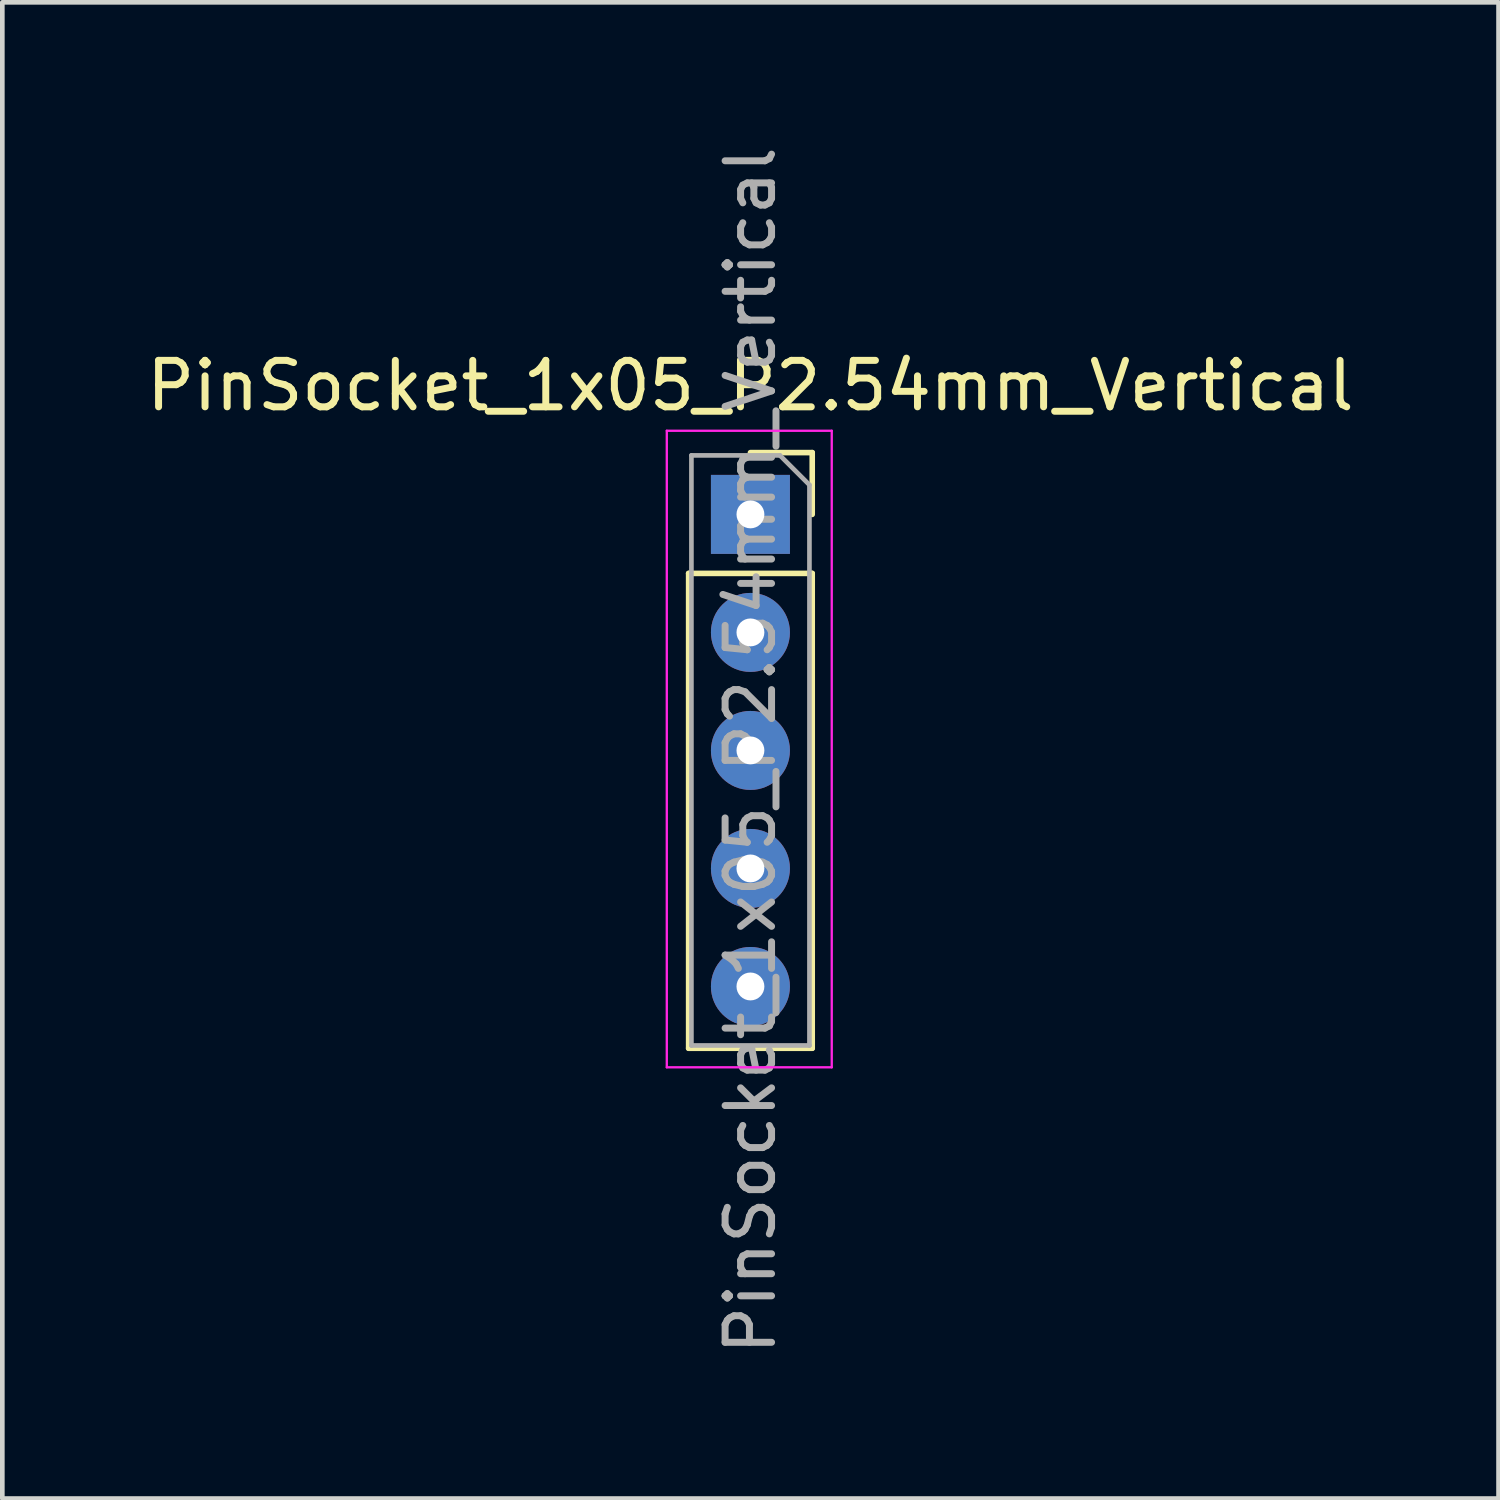
<source format=kicad_pcb>
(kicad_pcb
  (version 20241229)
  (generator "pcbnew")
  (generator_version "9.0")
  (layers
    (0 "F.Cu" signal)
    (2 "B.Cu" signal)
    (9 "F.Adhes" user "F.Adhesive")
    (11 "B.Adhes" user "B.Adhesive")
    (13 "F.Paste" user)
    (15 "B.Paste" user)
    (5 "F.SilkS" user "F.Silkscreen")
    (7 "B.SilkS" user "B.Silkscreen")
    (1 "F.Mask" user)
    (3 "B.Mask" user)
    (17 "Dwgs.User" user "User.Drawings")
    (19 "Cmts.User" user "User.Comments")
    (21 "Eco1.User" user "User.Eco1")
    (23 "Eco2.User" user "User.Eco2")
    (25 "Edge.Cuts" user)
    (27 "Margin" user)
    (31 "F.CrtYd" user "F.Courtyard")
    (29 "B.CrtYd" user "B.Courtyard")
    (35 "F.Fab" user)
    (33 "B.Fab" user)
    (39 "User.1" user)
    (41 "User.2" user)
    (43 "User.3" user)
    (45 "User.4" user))
  (footprint "PinSocket_1x05_P2.54mm_Vertical"
    (layer "F.Cu")
    (at 13.101 8.021)
    (property "Reference" "PinSocket_1x05_P2.54mm_Vertical" (at 0 -2.77 0) (layer "F.SilkS") (effects (font (size 1 1) (thickness 0.15))))
    (attr through_hole)
    (fp_line (start -1.33 1.27) (end -1.33 11.49) (stroke (width 0.12) (type solid)) (layer "F.SilkS"))
    (fp_line (start -1.33 1.27) (end 1.33 1.27) (stroke (width 0.12) (type solid)) (layer "F.SilkS"))
    (fp_line (start -1.33 11.49) (end 1.33 11.49) (stroke (width 0.12) (type solid)) (layer "F.SilkS"))
    (fp_line (start 0 -1.33) (end 1.33 -1.33) (stroke (width 0.12) (type solid)) (layer "F.SilkS"))
    (fp_line (start 1.33 -1.33) (end 1.33 0) (stroke (width 0.12) (type solid)) (layer "F.SilkS"))
    (fp_line (start 1.33 1.27) (end 1.33 11.49) (stroke (width 0.12) (type solid)) (layer "F.SilkS"))
    (fp_line (start -1.8 -1.8) (end 1.75 -1.8) (stroke (width 0.05) (type solid)) (layer "F.CrtYd"))
    (fp_line (start -1.8 11.9) (end -1.8 -1.8) (stroke (width 0.05) (type solid)) (layer "F.CrtYd"))
    (fp_line (start 1.75 -1.8) (end 1.75 11.9) (stroke (width 0.05) (type solid)) (layer "F.CrtYd"))
    (fp_line (start 1.75 11.9) (end -1.8 11.9) (stroke (width 0.05) (type solid)) (layer "F.CrtYd"))
    (fp_line (start -1.27 -1.27) (end 0.635 -1.27) (stroke (width 0.1) (type solid)) (layer "F.Fab"))
    (fp_line (start -1.27 11.43) (end -1.27 -1.27) (stroke (width 0.1) (type solid)) (layer "F.Fab"))
    (fp_line (start 0.635 -1.27) (end 1.27 -0.635) (stroke (width 0.1) (type solid)) (layer "F.Fab"))
    (fp_line (start 1.27 -0.635) (end 1.27 11.43) (stroke (width 0.1) (type solid)) (layer "F.Fab"))
    (fp_line (start 1.27 11.43) (end -1.27 11.43) (stroke (width 0.1) (type solid)) (layer "F.Fab"))
    (fp_text user "${REFERENCE}" (at 0 5.08 90) (layer "F.Fab") (effects (font (size 1 1) (thickness 0.15))))
    (pad "1" thru_hole rect (at 0 0) (size 1.7 1.7) (drill 0.6) (layers "*.Cu" "*.Mask"))
    (pad "2" thru_hole oval (at 0 2.54) (size 1.7 1.7) (drill 0.6) (layers "*.Cu" "*.Mask"))
    (pad "3" thru_hole oval (at 0 5.08) (size 1.7 1.7) (drill 0.6) (layers "*.Cu" "*.Mask"))
    (pad "4" thru_hole oval (at 0 7.62) (size 1.7 1.7) (drill 0.6) (layers "*.Cu" "*.Mask"))
    (pad "5" thru_hole oval (at 0 10.16) (size 1.7 1.7) (drill 0.6) (layers "*.Cu" "*.Mask")))
  (gr_rect
    (start -3 -3)
    (end 29.202 29.202)
    (stroke (width 0.1) (type default))
    (fill no)
    (layer "Edge.Cuts")))
</source>
